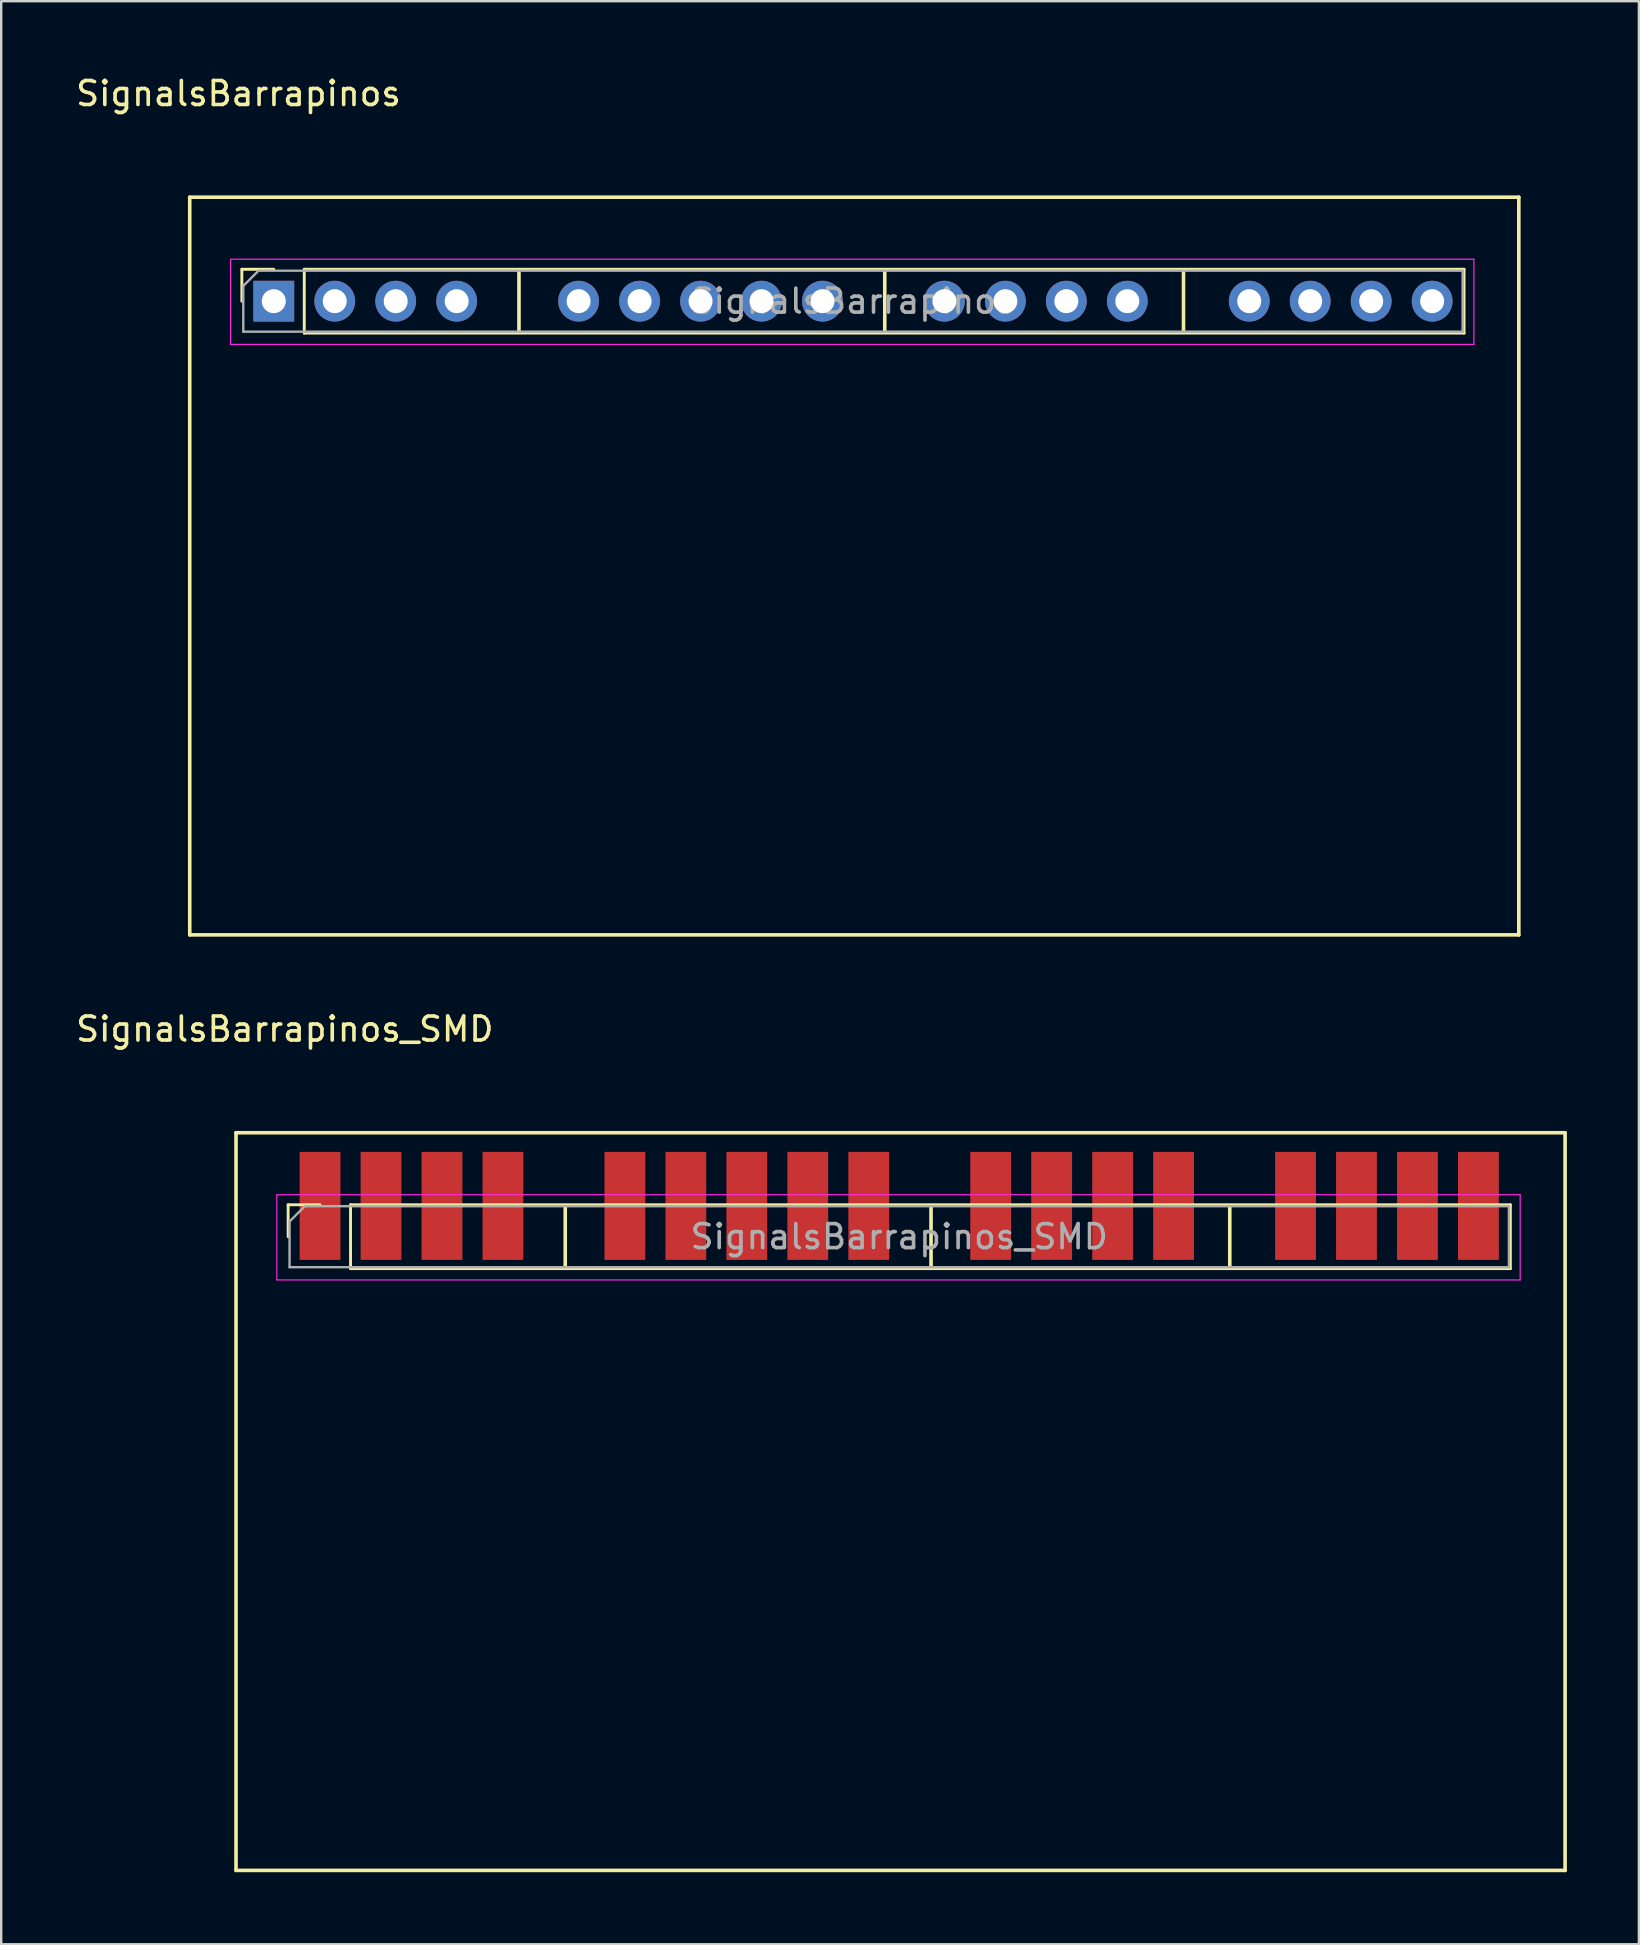
<source format=kicad_pcb>
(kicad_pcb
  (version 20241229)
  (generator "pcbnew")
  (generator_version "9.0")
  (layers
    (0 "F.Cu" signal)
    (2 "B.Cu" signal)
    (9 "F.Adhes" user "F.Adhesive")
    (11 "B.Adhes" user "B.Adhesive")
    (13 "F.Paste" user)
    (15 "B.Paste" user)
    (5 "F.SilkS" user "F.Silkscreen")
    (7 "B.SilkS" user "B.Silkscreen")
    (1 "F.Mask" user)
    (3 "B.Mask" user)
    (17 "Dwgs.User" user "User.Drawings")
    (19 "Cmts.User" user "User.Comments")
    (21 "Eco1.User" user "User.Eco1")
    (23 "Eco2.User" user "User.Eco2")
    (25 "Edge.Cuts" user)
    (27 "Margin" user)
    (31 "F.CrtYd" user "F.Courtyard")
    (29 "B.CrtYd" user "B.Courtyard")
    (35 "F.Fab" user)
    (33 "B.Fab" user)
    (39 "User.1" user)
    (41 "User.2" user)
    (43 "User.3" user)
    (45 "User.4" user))
  (footprint "SignalsBarrapinos_SMD"
    (layer "F.Cu")
    (at 6.783 44.142)
    (property "Reference" "SignalsBarrapinos_SMD" (at 2.032 -4.318 180) (layer "F.SilkS") (effects (font (size 1 1) (thickness 0.15))))
    (attr through_hole)
    (fp_line (start 0 0) (end 0 30.734) (stroke (width 0.15) (type solid)) (layer "F.SilkS"))
    (fp_line (start 2.171 3.002) (end 3.501 3.002) (stroke (width 0.12) (type solid)) (layer "F.SilkS"))
    (fp_line (start 2.171 4.332) (end 2.171 3.002) (stroke (width 0.12) (type solid)) (layer "F.SilkS"))
    (fp_line (start 4.771 3.002) (end 53.091 3.002) (stroke (width 0.12) (type solid)) (layer "F.SilkS"))
    (fp_line (start 4.771 5.662) (end 4.771 3.002) (stroke (width 0.12) (type solid)) (layer "F.SilkS"))
    (fp_line (start 4.771 5.662) (end 53.091 5.662) (stroke (width 0.12) (type solid)) (layer "F.SilkS"))
    (fp_line (start 13.716 5.588) (end 13.716 3.048) (stroke (width 0.15) (type solid)) (layer "F.SilkS"))
    (fp_line (start 28.956 5.588) (end 28.956 3.048) (stroke (width 0.15) (type solid)) (layer "F.SilkS"))
    (fp_line (start 41.402 5.588) (end 41.402 3.048) (stroke (width 0.15) (type solid)) (layer "F.SilkS"))
    (fp_line (start 53.091 5.662) (end 53.091 3.002) (stroke (width 0.12) (type solid)) (layer "F.SilkS"))
    (fp_line (start 55.372 0) (end 0 0) (stroke (width 0.15) (type solid)) (layer "F.SilkS"))
    (fp_line (start 55.372 0) (end 55.372 30.734) (stroke (width 0.15) (type solid)) (layer "F.SilkS"))
    (fp_line (start 55.372 30.734) (end 0 30.734) (stroke (width 0.15) (type solid)) (layer "F.SilkS"))
    (fp_line (start 1.701 2.582) (end 53.501 2.582) (stroke (width 0.05) (type solid)) (layer "F.CrtYd"))
    (fp_line (start 1.701 6.132) (end 1.701 2.582) (stroke (width 0.05) (type solid)) (layer "F.CrtYd"))
    (fp_line (start 53.501 2.582) (end 53.501 6.132) (stroke (width 0.05) (type solid)) (layer "F.CrtYd"))
    (fp_line (start 53.501 6.132) (end 1.701 6.132) (stroke (width 0.05) (type solid)) (layer "F.CrtYd"))
    (fp_line (start 2.231 3.697) (end 2.866 3.062) (stroke (width 0.1) (type solid)) (layer "F.Fab"))
    (fp_line (start 2.231 5.602) (end 2.231 3.697) (stroke (width 0.1) (type solid)) (layer "F.Fab"))
    (fp_line (start 2.866 3.062) (end 53.031 3.062) (stroke (width 0.1) (type solid)) (layer "F.Fab"))
    (fp_line (start 53.031 3.062) (end 53.031 5.602) (stroke (width 0.1) (type solid)) (layer "F.Fab"))
    (fp_line (start 53.031 5.602) (end 2.231 5.602) (stroke (width 0.1) (type solid)) (layer "F.Fab"))
    (fp_text user "${REFERENCE}" (at 27.631 4.332 180) (layer "F.Fab") (effects (font (size 1 1) (thickness 0.15))))
    (pad "1" smd rect (at 3.501 3.048 90) (size 4.5 1.7) (layers "F.Cu" "F.Mask" "F.Paste"))
    (pad "2" smd rect (at 6.041 3.048 90) (size 4.5 1.7) (layers "F.Cu" "F.Mask" "F.Paste"))
    (pad "3" smd rect (at 8.581 3.048 90) (size 4.5 1.7) (layers "F.Cu" "F.Mask" "F.Paste"))
    (pad "4" smd rect (at 11.121 3.048 90) (size 4.5 1.7) (layers "F.Cu" "F.Mask" "F.Paste"))
    (pad "6" smd rect (at 16.201 3.048 90) (size 4.5 1.7) (layers "F.Cu" "F.Mask" "F.Paste"))
    (pad "7" smd rect (at 18.741 3.048 90) (size 4.5 1.7) (layers "F.Cu" "F.Mask" "F.Paste"))
    (pad "8" smd rect (at 21.281 3.048 90) (size 4.5 1.7) (layers "F.Cu" "F.Mask" "F.Paste"))
    (pad "9" smd rect (at 23.821 3.048 90) (size 4.5 1.7) (layers "F.Cu" "F.Mask" "F.Paste"))
    (pad "10" smd rect (at 26.361 3.048 90) (size 4.5 1.7) (layers "F.Cu" "F.Mask" "F.Paste"))
    (pad "12" smd rect (at 31.441 3.048 90) (size 4.5 1.7) (layers "F.Cu" "F.Mask" "F.Paste"))
    (pad "13" smd rect (at 33.981 3.048 90) (size 4.5 1.7) (layers "F.Cu" "F.Mask" "F.Paste"))
    (pad "14" smd rect (at 36.521 3.048 90) (size 4.5 1.7) (layers "F.Cu" "F.Mask" "F.Paste"))
    (pad "15" smd rect (at 39.061 3.048 90) (size 4.5 1.7) (layers "F.Cu" "F.Mask" "F.Paste"))
    (pad "17" smd rect (at 44.141 3.048 90) (size 4.5 1.7) (layers "F.Cu" "F.Mask" "F.Paste"))
    (pad "18" smd rect (at 46.681 3.048 90) (size 4.5 1.7) (layers "F.Cu" "F.Mask" "F.Paste"))
    (pad "19" smd rect (at 49.221 3.048 90) (size 4.5 1.7) (layers "F.Cu" "F.Mask" "F.Paste"))
    (pad "20" smd rect (at 51.761 3.048 90) (size 4.5 1.7) (layers "F.Cu" "F.Mask" "F.Paste")))
  (footprint "SignalsBarrapinos"
    (layer "F.Cu")
    (at 4.855 5.166)
    (property "Reference" "SignalsBarrapinos" (at 2.032 -4.318 180) (layer "F.SilkS") (effects (font (size 1 1) (thickness 0.15))))
    (attr through_hole)
    (fp_line (start 0 0) (end 0 30.734) (stroke (width 0.15) (type solid)) (layer "F.SilkS"))
    (fp_line (start 2.171 3.002) (end 3.501 3.002) (stroke (width 0.12) (type solid)) (layer "F.SilkS"))
    (fp_line (start 2.171 4.332) (end 2.171 3.002) (stroke (width 0.12) (type solid)) (layer "F.SilkS"))
    (fp_line (start 4.771 3.002) (end 53.091 3.002) (stroke (width 0.12) (type solid)) (layer "F.SilkS"))
    (fp_line (start 4.771 5.662) (end 4.771 3.002) (stroke (width 0.12) (type solid)) (layer "F.SilkS"))
    (fp_line (start 4.771 5.662) (end 53.091 5.662) (stroke (width 0.12) (type solid)) (layer "F.SilkS"))
    (fp_line (start 13.716 5.588) (end 13.716 3.048) (stroke (width 0.15) (type solid)) (layer "F.SilkS"))
    (fp_line (start 28.956 5.588) (end 28.956 3.048) (stroke (width 0.15) (type solid)) (layer "F.SilkS"))
    (fp_line (start 41.402 5.588) (end 41.402 3.048) (stroke (width 0.15) (type solid)) (layer "F.SilkS"))
    (fp_line (start 53.091 5.662) (end 53.091 3.002) (stroke (width 0.12) (type solid)) (layer "F.SilkS"))
    (fp_line (start 55.372 0) (end 0 0) (stroke (width 0.15) (type solid)) (layer "F.SilkS"))
    (fp_line (start 55.372 0) (end 55.372 30.734) (stroke (width 0.15) (type solid)) (layer "F.SilkS"))
    (fp_line (start 55.372 30.734) (end 0 30.734) (stroke (width 0.15) (type solid)) (layer "F.SilkS"))
    (fp_line (start 1.701 2.582) (end 53.501 2.582) (stroke (width 0.05) (type solid)) (layer "F.CrtYd"))
    (fp_line (start 1.701 6.132) (end 1.701 2.582) (stroke (width 0.05) (type solid)) (layer "F.CrtYd"))
    (fp_line (start 53.501 2.582) (end 53.501 6.132) (stroke (width 0.05) (type solid)) (layer "F.CrtYd"))
    (fp_line (start 53.501 6.132) (end 1.701 6.132) (stroke (width 0.05) (type solid)) (layer "F.CrtYd"))
    (fp_line (start 2.231 3.697) (end 2.866 3.062) (stroke (width 0.1) (type solid)) (layer "F.Fab"))
    (fp_line (start 2.231 5.602) (end 2.231 3.697) (stroke (width 0.1) (type solid)) (layer "F.Fab"))
    (fp_line (start 2.866 3.062) (end 53.031 3.062) (stroke (width 0.1) (type solid)) (layer "F.Fab"))
    (fp_line (start 53.031 3.062) (end 53.031 5.602) (stroke (width 0.1) (type solid)) (layer "F.Fab"))
    (fp_line (start 53.031 5.602) (end 2.231 5.602) (stroke (width 0.1) (type solid)) (layer "F.Fab"))
    (fp_text user "${REFERENCE}" (at 27.631 4.332 180) (layer "F.Fab") (effects (font (size 1 1) (thickness 0.15))))
    (pad "1" thru_hole rect (at 3.501 4.332 90) (size 1.7 1.7) (drill 1) (layers "*.Cu" "*.Mask"))
    (pad "2" thru_hole oval (at 6.041 4.332 90) (size 1.7 1.7) (drill 1) (layers "*.Cu" "*.Mask"))
    (pad "3" thru_hole oval (at 8.581 4.332 90) (size 1.7 1.7) (drill 1) (layers "*.Cu" "*.Mask"))
    (pad "4" thru_hole oval (at 11.121 4.332 90) (size 1.7 1.7) (drill 1) (layers "*.Cu" "*.Mask"))
    (pad "5" thru_hole oval (at 16.201 4.332 90) (size 1.7 1.7) (drill 1) (layers "*.Cu" "*.Mask"))
    (pad "6" thru_hole oval (at 18.741 4.332 90) (size 1.7 1.7) (drill 1) (layers "*.Cu" "*.Mask"))
    (pad "7" thru_hole oval (at 21.281 4.332 90) (size 1.7 1.7) (drill 1) (layers "*.Cu" "*.Mask"))
    (pad "8" thru_hole oval (at 23.821 4.332 90) (size 1.7 1.7) (drill 1) (layers "*.Cu" "*.Mask"))
    (pad "9" thru_hole oval (at 26.361 4.332 90) (size 1.7 1.7) (drill 1) (layers "*.Cu" "*.Mask"))
    (pad "10" thru_hole oval (at 31.441 4.332 90) (size 1.7 1.7) (drill 1) (layers "*.Cu" "*.Mask"))
    (pad "11" thru_hole oval (at 33.981 4.332 90) (size 1.7 1.7) (drill 1) (layers "*.Cu" "*.Mask"))
    (pad "12" thru_hole oval (at 36.521 4.332 90) (size 1.7 1.7) (drill 1) (layers "*.Cu" "*.Mask"))
    (pad "13" thru_hole oval (at 39.061 4.332 90) (size 1.7 1.7) (drill 1) (layers "*.Cu" "*.Mask"))
    (pad "14" thru_hole oval (at 44.141 4.332 90) (size 1.7 1.7) (drill 1) (layers "*.Cu" "*.Mask"))
    (pad "15" thru_hole oval (at 46.681 4.332 90) (size 1.7 1.7) (drill 1) (layers "*.Cu" "*.Mask"))
    (pad "16" thru_hole oval (at 49.221 4.332 90) (size 1.7 1.7) (drill 1) (layers "*.Cu" "*.Mask"))
    (pad "17" thru_hole oval (at 51.761 4.332 90) (size 1.7 1.7) (drill 1) (layers "*.Cu" "*.Mask")))
  (gr_rect
    (start -3 -3)
    (end 65.23 77.951)
    (stroke (width 0.1) (type default))
    (fill no)
    (layer "Edge.Cuts")))
</source>
